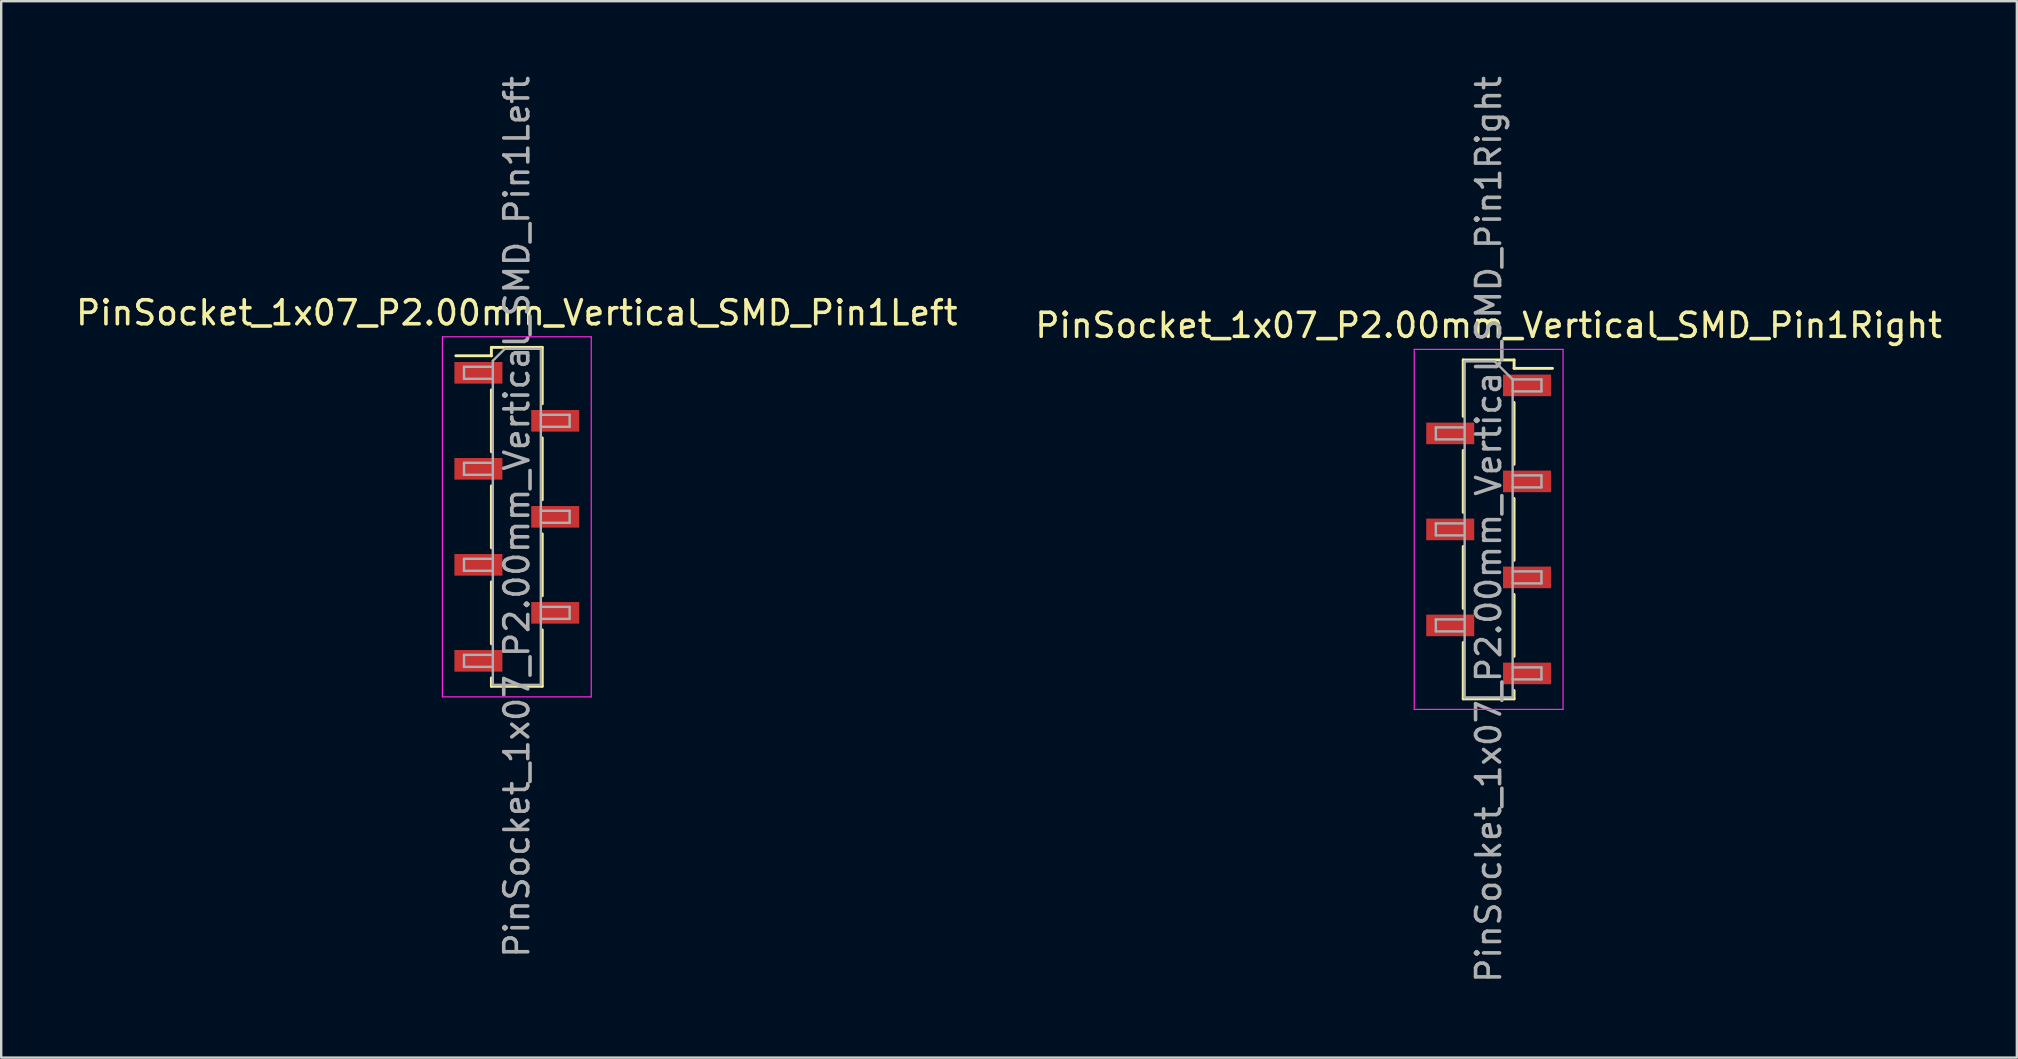
<source format=kicad_pcb>
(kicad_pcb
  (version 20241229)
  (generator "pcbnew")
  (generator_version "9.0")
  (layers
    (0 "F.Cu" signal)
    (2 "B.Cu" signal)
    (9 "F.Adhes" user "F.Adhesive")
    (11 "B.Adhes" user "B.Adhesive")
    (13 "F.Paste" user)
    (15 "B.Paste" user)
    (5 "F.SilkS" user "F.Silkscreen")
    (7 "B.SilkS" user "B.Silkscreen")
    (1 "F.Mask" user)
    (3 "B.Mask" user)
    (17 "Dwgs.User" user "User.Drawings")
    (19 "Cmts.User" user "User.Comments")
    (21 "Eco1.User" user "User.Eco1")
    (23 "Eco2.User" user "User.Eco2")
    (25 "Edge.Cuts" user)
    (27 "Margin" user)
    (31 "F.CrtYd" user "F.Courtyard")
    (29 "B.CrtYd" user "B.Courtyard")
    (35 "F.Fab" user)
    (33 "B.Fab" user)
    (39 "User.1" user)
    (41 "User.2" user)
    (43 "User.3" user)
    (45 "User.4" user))
  (footprint "PinSocket_1x07_P2.00mm_Vertical_SMD_Pin1Left"
    (layer "F.Cu")
    (at 18.482 18.482)
    (property "Reference" "PinSocket_1x07_P2.00mm_Vertical_SMD_Pin1Left" (at 0 -8.5 0) (layer "F.SilkS") (effects (font (size 1 1) (thickness 0.15))))
    (attr smd)
    (fp_line (start -2.54 -6.71) (end -1.06 -6.71) (stroke (width 0.12) (type solid)) (layer "F.SilkS"))
    (fp_line (start -1.06 -7.06) (end -1.06 -6.71) (stroke (width 0.12) (type solid)) (layer "F.SilkS"))
    (fp_line (start -1.06 -7.06) (end 1.06 -7.06) (stroke (width 0.12) (type solid)) (layer "F.SilkS"))
    (fp_line (start -1.06 -5.29) (end -1.06 -2.71) (stroke (width 0.12) (type solid)) (layer "F.SilkS"))
    (fp_line (start -1.06 -1.29) (end -1.06 1.29) (stroke (width 0.12) (type solid)) (layer "F.SilkS"))
    (fp_line (start -1.06 2.71) (end -1.06 5.29) (stroke (width 0.12) (type solid)) (layer "F.SilkS"))
    (fp_line (start -1.06 6.71) (end -1.06 7.06) (stroke (width 0.12) (type solid)) (layer "F.SilkS"))
    (fp_line (start -1.06 7.06) (end 1.06 7.06) (stroke (width 0.12) (type solid)) (layer "F.SilkS"))
    (fp_line (start 1.06 -7.06) (end 1.06 -4.71) (stroke (width 0.12) (type solid)) (layer "F.SilkS"))
    (fp_line (start 1.06 -3.29) (end 1.06 -0.71) (stroke (width 0.12) (type solid)) (layer "F.SilkS"))
    (fp_line (start 1.06 0.71) (end 1.06 3.29) (stroke (width 0.12) (type solid)) (layer "F.SilkS"))
    (fp_line (start 1.06 4.71) (end 1.06 7.06) (stroke (width 0.12) (type solid)) (layer "F.SilkS"))
    (fp_line (start -3.1 -7.5) (end 3.1 -7.5) (stroke (width 0.05) (type solid)) (layer "F.CrtYd"))
    (fp_line (start -3.1 7.5) (end -3.1 -7.5) (stroke (width 0.05) (type solid)) (layer "F.CrtYd"))
    (fp_line (start 3.1 -7.5) (end 3.1 7.5) (stroke (width 0.05) (type solid)) (layer "F.CrtYd"))
    (fp_line (start 3.1 7.5) (end -3.1 7.5) (stroke (width 0.05) (type solid)) (layer "F.CrtYd"))
    (fp_line (start -2.2 -6.25) (end -1 -6.25) (stroke (width 0.1) (type solid)) (layer "F.Fab"))
    (fp_line (start -2.2 -5.75) (end -2.2 -6.25) (stroke (width 0.1) (type solid)) (layer "F.Fab"))
    (fp_line (start -2.2 -2.25) (end -1 -2.25) (stroke (width 0.1) (type solid)) (layer "F.Fab"))
    (fp_line (start -2.2 -1.75) (end -2.2 -2.25) (stroke (width 0.1) (type solid)) (layer "F.Fab"))
    (fp_line (start -2.2 1.75) (end -1 1.75) (stroke (width 0.1) (type solid)) (layer "F.Fab"))
    (fp_line (start -2.2 2.25) (end -2.2 1.75) (stroke (width 0.1) (type solid)) (layer "F.Fab"))
    (fp_line (start -2.2 5.75) (end -1 5.75) (stroke (width 0.1) (type solid)) (layer "F.Fab"))
    (fp_line (start -2.2 6.25) (end -2.2 5.75) (stroke (width 0.1) (type solid)) (layer "F.Fab"))
    (fp_line (start -1 -6.5) (end -0.5 -7) (stroke (width 0.1) (type solid)) (layer "F.Fab"))
    (fp_line (start -1 -5.75) (end -2.2 -5.75) (stroke (width 0.1) (type solid)) (layer "F.Fab"))
    (fp_line (start -1 -1.75) (end -2.2 -1.75) (stroke (width 0.1) (type solid)) (layer "F.Fab"))
    (fp_line (start -1 2.25) (end -2.2 2.25) (stroke (width 0.1) (type solid)) (layer "F.Fab"))
    (fp_line (start -1 6.25) (end -2.2 6.25) (stroke (width 0.1) (type solid)) (layer "F.Fab"))
    (fp_line (start -1 7) (end -1 -6.5) (stroke (width 0.1) (type solid)) (layer "F.Fab"))
    (fp_line (start -0.5 -7) (end 1 -7) (stroke (width 0.1) (type solid)) (layer "F.Fab"))
    (fp_line (start 1 -7) (end 1 7) (stroke (width 0.1) (type solid)) (layer "F.Fab"))
    (fp_line (start 1 -4.25) (end 2.2 -4.25) (stroke (width 0.1) (type solid)) (layer "F.Fab"))
    (fp_line (start 1 -0.25) (end 2.2 -0.25) (stroke (width 0.1) (type solid)) (layer "F.Fab"))
    (fp_line (start 1 3.75) (end 2.2 3.75) (stroke (width 0.1) (type solid)) (layer "F.Fab"))
    (fp_line (start 1 7) (end -1 7) (stroke (width 0.1) (type solid)) (layer "F.Fab"))
    (fp_line (start 2.2 -4.25) (end 2.2 -3.75) (stroke (width 0.1) (type solid)) (layer "F.Fab"))
    (fp_line (start 2.2 -3.75) (end 1 -3.75) (stroke (width 0.1) (type solid)) (layer "F.Fab"))
    (fp_line (start 2.2 -0.25) (end 2.2 0.25) (stroke (width 0.1) (type solid)) (layer "F.Fab"))
    (fp_line (start 2.2 0.25) (end 1 0.25) (stroke (width 0.1) (type solid)) (layer "F.Fab"))
    (fp_line (start 2.2 3.75) (end 2.2 4.25) (stroke (width 0.1) (type solid)) (layer "F.Fab"))
    (fp_line (start 2.2 4.25) (end 1 4.25) (stroke (width 0.1) (type solid)) (layer "F.Fab"))
    (fp_text user "${REFERENCE}" (at 0 0 90) (layer "F.Fab") (effects (font (size 1 1) (thickness 0.15))))
    (pad "1" smd rect (at -1.6 -6) (size 2 0.9) (layers "F.Cu" "F.Mask" "F.Paste"))
    (pad "2" smd rect (at 1.6 -4) (size 2 0.9) (layers "F.Cu" "F.Mask" "F.Paste"))
    (pad "3" smd rect (at -1.6 -2) (size 2 0.9) (layers "F.Cu" "F.Mask" "F.Paste"))
    (pad "4" smd rect (at 1.6 0) (size 2 0.9) (layers "F.Cu" "F.Mask" "F.Paste"))
    (pad "5" smd rect (at -1.6 2) (size 2 0.9) (layers "F.Cu" "F.Mask" "F.Paste"))
    (pad "6" smd rect (at 1.6 4) (size 2 0.9) (layers "F.Cu" "F.Mask" "F.Paste"))
    (pad "7" smd rect (at -1.6 6) (size 2 0.9) (layers "F.Cu" "F.Mask" "F.Paste")))
  (footprint "PinSocket_1x07_P2.00mm_Vertical_SMD_Pin1Right"
    (layer "F.Cu")
    (at 58.97 19.006)
    (property "Reference" "PinSocket_1x07_P2.00mm_Vertical_SMD_Pin1Right" (at 0 -8.5 0) (layer "F.SilkS") (effects (font (size 1 1) (thickness 0.15))))
    (attr smd)
    (fp_line (start -1.06 -7.06) (end -1.06 -4.71) (stroke (width 0.12) (type solid)) (layer "F.SilkS"))
    (fp_line (start -1.06 -7.06) (end 1.06 -7.06) (stroke (width 0.12) (type solid)) (layer "F.SilkS"))
    (fp_line (start -1.06 -3.29) (end -1.06 -0.71) (stroke (width 0.12) (type solid)) (layer "F.SilkS"))
    (fp_line (start -1.06 0.71) (end -1.06 3.29) (stroke (width 0.12) (type solid)) (layer "F.SilkS"))
    (fp_line (start -1.06 4.71) (end -1.06 7.06) (stroke (width 0.12) (type solid)) (layer "F.SilkS"))
    (fp_line (start 1.06 -7.06) (end 1.06 -6.71) (stroke (width 0.12) (type solid)) (layer "F.SilkS"))
    (fp_line (start 1.06 -6.71) (end 2.66 -6.71) (stroke (width 0.12) (type solid)) (layer "F.SilkS"))
    (fp_line (start 1.06 -5.29) (end 1.06 -2.71) (stroke (width 0.12) (type solid)) (layer "F.SilkS"))
    (fp_line (start 1.06 -1.29) (end 1.06 1.29) (stroke (width 0.12) (type solid)) (layer "F.SilkS"))
    (fp_line (start 1.06 2.71) (end 1.06 5.29) (stroke (width 0.12) (type solid)) (layer "F.SilkS"))
    (fp_line (start 1.06 6.71) (end 1.06 7.06) (stroke (width 0.12) (type solid)) (layer "F.SilkS"))
    (fp_line (start 1.06 7.06) (end -1.06 7.06) (stroke (width 0.12) (type solid)) (layer "F.SilkS"))
    (fp_line (start -3.1 -7.5) (end 3.1 -7.5) (stroke (width 0.05) (type solid)) (layer "F.CrtYd"))
    (fp_line (start -3.1 7.5) (end -3.1 -7.5) (stroke (width 0.05) (type solid)) (layer "F.CrtYd"))
    (fp_line (start 3.1 -7.5) (end 3.1 7.5) (stroke (width 0.05) (type solid)) (layer "F.CrtYd"))
    (fp_line (start 3.1 7.5) (end -3.1 7.5) (stroke (width 0.05) (type solid)) (layer "F.CrtYd"))
    (fp_line (start -2.2 -4.25) (end -1 -4.25) (stroke (width 0.1) (type solid)) (layer "F.Fab"))
    (fp_line (start -2.2 -3.75) (end -2.2 -4.25) (stroke (width 0.1) (type solid)) (layer "F.Fab"))
    (fp_line (start -2.2 -0.25) (end -1 -0.25) (stroke (width 0.1) (type solid)) (layer "F.Fab"))
    (fp_line (start -2.2 0.25) (end -2.2 -0.25) (stroke (width 0.1) (type solid)) (layer "F.Fab"))
    (fp_line (start -2.2 3.75) (end -1 3.75) (stroke (width 0.1) (type solid)) (layer "F.Fab"))
    (fp_line (start -2.2 4.25) (end -2.2 3.75) (stroke (width 0.1) (type solid)) (layer "F.Fab"))
    (fp_line (start -1 -7) (end 0.25 -7) (stroke (width 0.1) (type solid)) (layer "F.Fab"))
    (fp_line (start -1 -3.75) (end -2.2 -3.75) (stroke (width 0.1) (type solid)) (layer "F.Fab"))
    (fp_line (start -1 0.25) (end -2.2 0.25) (stroke (width 0.1) (type solid)) (layer "F.Fab"))
    (fp_line (start -1 4.25) (end -2.2 4.25) (stroke (width 0.1) (type solid)) (layer "F.Fab"))
    (fp_line (start -1 7) (end -1 -7) (stroke (width 0.1) (type solid)) (layer "F.Fab"))
    (fp_line (start 0.25 -7) (end 1 -6.25) (stroke (width 0.1) (type solid)) (layer "F.Fab"))
    (fp_line (start 1 -6.25) (end 1 7) (stroke (width 0.1) (type solid)) (layer "F.Fab"))
    (fp_line (start 1 -6.25) (end 2.2 -6.25) (stroke (width 0.1) (type solid)) (layer "F.Fab"))
    (fp_line (start 1 -2.25) (end 2.2 -2.25) (stroke (width 0.1) (type solid)) (layer "F.Fab"))
    (fp_line (start 1 1.75) (end 2.2 1.75) (stroke (width 0.1) (type solid)) (layer "F.Fab"))
    (fp_line (start 1 5.75) (end 2.2 5.75) (stroke (width 0.1) (type solid)) (layer "F.Fab"))
    (fp_line (start 1 7) (end -1 7) (stroke (width 0.1) (type solid)) (layer "F.Fab"))
    (fp_line (start 2.2 -6.25) (end 2.2 -5.75) (stroke (width 0.1) (type solid)) (layer "F.Fab"))
    (fp_line (start 2.2 -5.75) (end 1 -5.75) (stroke (width 0.1) (type solid)) (layer "F.Fab"))
    (fp_line (start 2.2 -2.25) (end 2.2 -1.75) (stroke (width 0.1) (type solid)) (layer "F.Fab"))
    (fp_line (start 2.2 -1.75) (end 1 -1.75) (stroke (width 0.1) (type solid)) (layer "F.Fab"))
    (fp_line (start 2.2 1.75) (end 2.2 2.25) (stroke (width 0.1) (type solid)) (layer "F.Fab"))
    (fp_line (start 2.2 2.25) (end 1 2.25) (stroke (width 0.1) (type solid)) (layer "F.Fab"))
    (fp_line (start 2.2 5.75) (end 2.2 6.25) (stroke (width 0.1) (type solid)) (layer "F.Fab"))
    (fp_line (start 2.2 6.25) (end 1 6.25) (stroke (width 0.1) (type solid)) (layer "F.Fab"))
    (fp_text user "${REFERENCE}" (at 0 0 90) (layer "F.Fab") (effects (font (size 1 1) (thickness 0.15))))
    (pad "1" smd rect (at 1.6 -6) (size 2 0.9) (layers "F.Cu" "F.Mask" "F.Paste"))
    (pad "2" smd rect (at -1.6 -4) (size 2 0.9) (layers "F.Cu" "F.Mask" "F.Paste"))
    (pad "3" smd rect (at 1.6 -2) (size 2 0.9) (layers "F.Cu" "F.Mask" "F.Paste"))
    (pad "4" smd rect (at -1.6 0) (size 2 0.9) (layers "F.Cu" "F.Mask" "F.Paste"))
    (pad "5" smd rect (at 1.6 2) (size 2 0.9) (layers "F.Cu" "F.Mask" "F.Paste"))
    (pad "6" smd rect (at -1.6 4) (size 2 0.9) (layers "F.Cu" "F.Mask" "F.Paste"))
    (pad "7" smd rect (at 1.6 6) (size 2 0.9) (layers "F.Cu" "F.Mask" "F.Paste")))
  (gr_rect
    (start -3 -3)
    (end 80.976 41.012)
    (stroke (width 0.1) (type default))
    (fill no)
    (layer "Edge.Cuts")))
</source>
